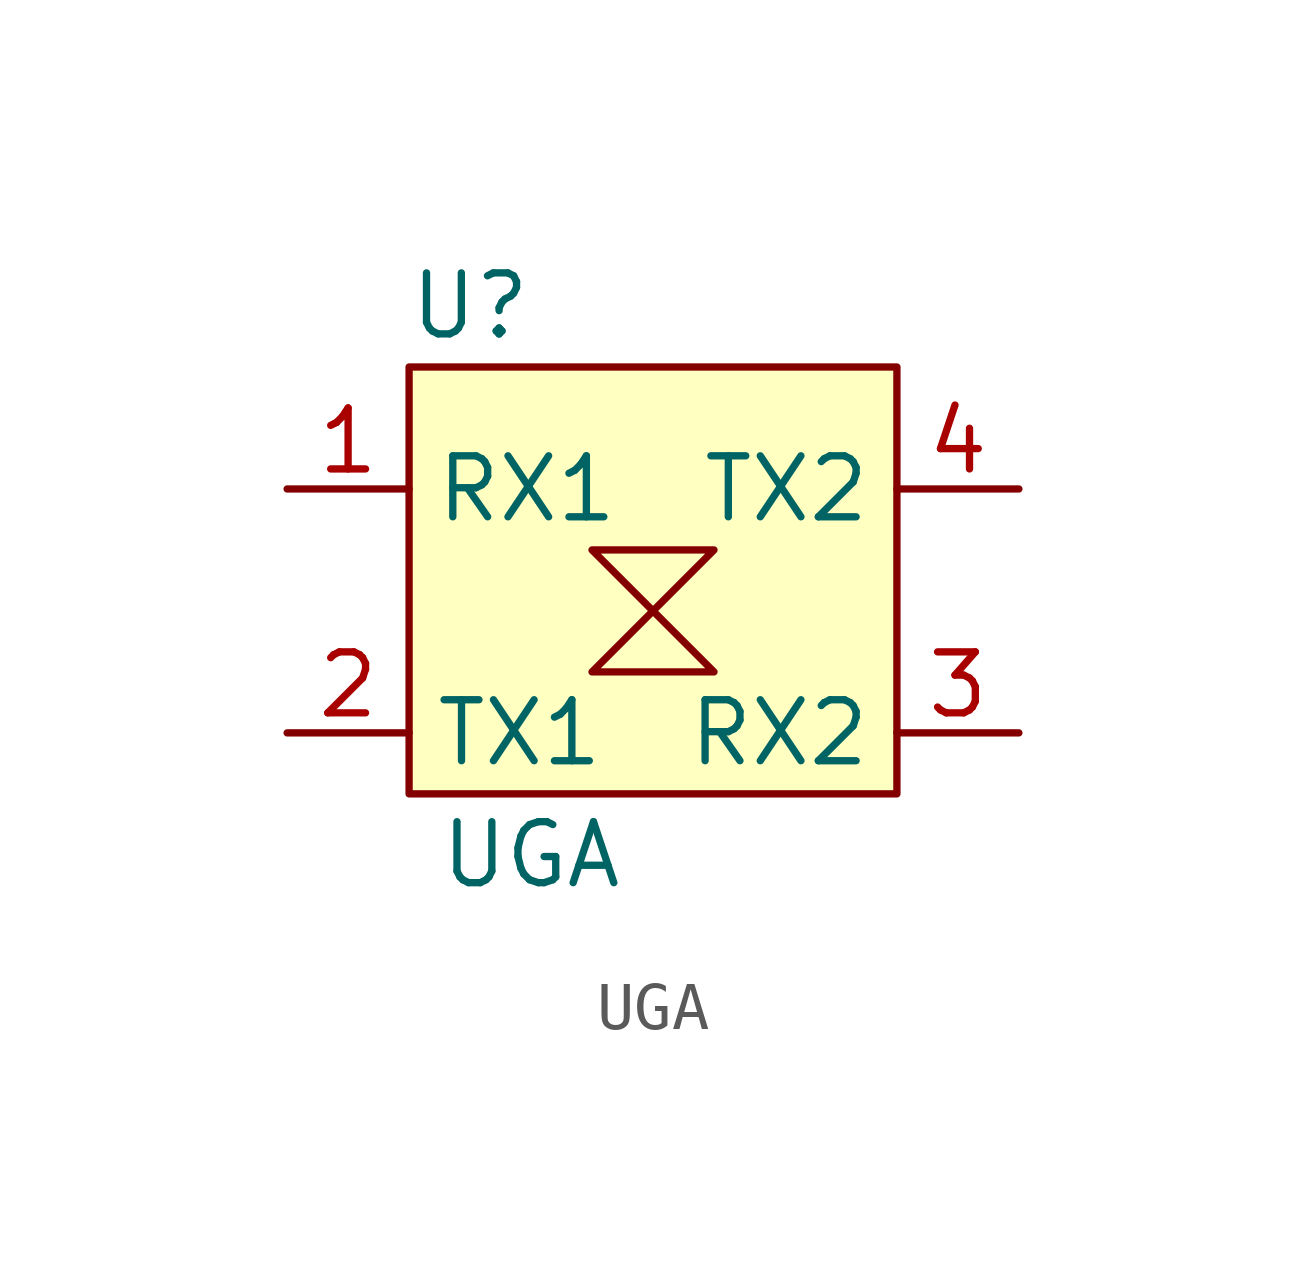
<source format=kicad_sym>
(kicad_symbol_lib
  (version 20211014)
  (generator kicad_symbol_editor)
  (symbol "UGA"
    (property "Reference" "U"
      (at 1.27 10.16 0)
      (effects (font (size 1.27 1.27))))
    (property "Value" "UGA"
      (at 2.54 -1.27 0)
      (effects (font (size 1.27 1.27))))
    (symbol "UGA_0_1"
      (polyline (pts (xy 3.81 5.08) (xy 6.35 5.08) (xy 3.81 2.54) (xy 6.35 2.54) (xy 3.81 5.08)) (stroke (width 0) (type default) (color 0 0 0 0)) (fill (type none)))
      (rectangle (start 0 8.89) (end 10.16 0) (stroke (width 0) (type default) (color 0 0 0 0)) (fill (type background))))
    (symbol "UGA_1_1"
      (pin input line (at -2.54 6.35 0) (length 2.54) (name "RX1" (effects (font (size 1.27 1.27)))) (number "1" (effects (font (size 1.27 1.27)))))
      (pin input line (at -2.54 1.27 0) (length 2.54) (name "TX1" (effects (font (size 1.27 1.27)))) (number "2" (effects (font (size 1.27 1.27)))))
      (pin input line (at 12.7 1.27 180) (length 2.54) (name "RX2" (effects (font (size 1.27 1.27)))) (number "3" (effects (font (size 1.27 1.27)))))
      (pin input line (at 12.7 6.35 180) (length 2.54) (name "TX2" (effects (font (size 1.27 1.27)))) (number "4" (effects (font (size 1.27 1.27))))))))
</source>
